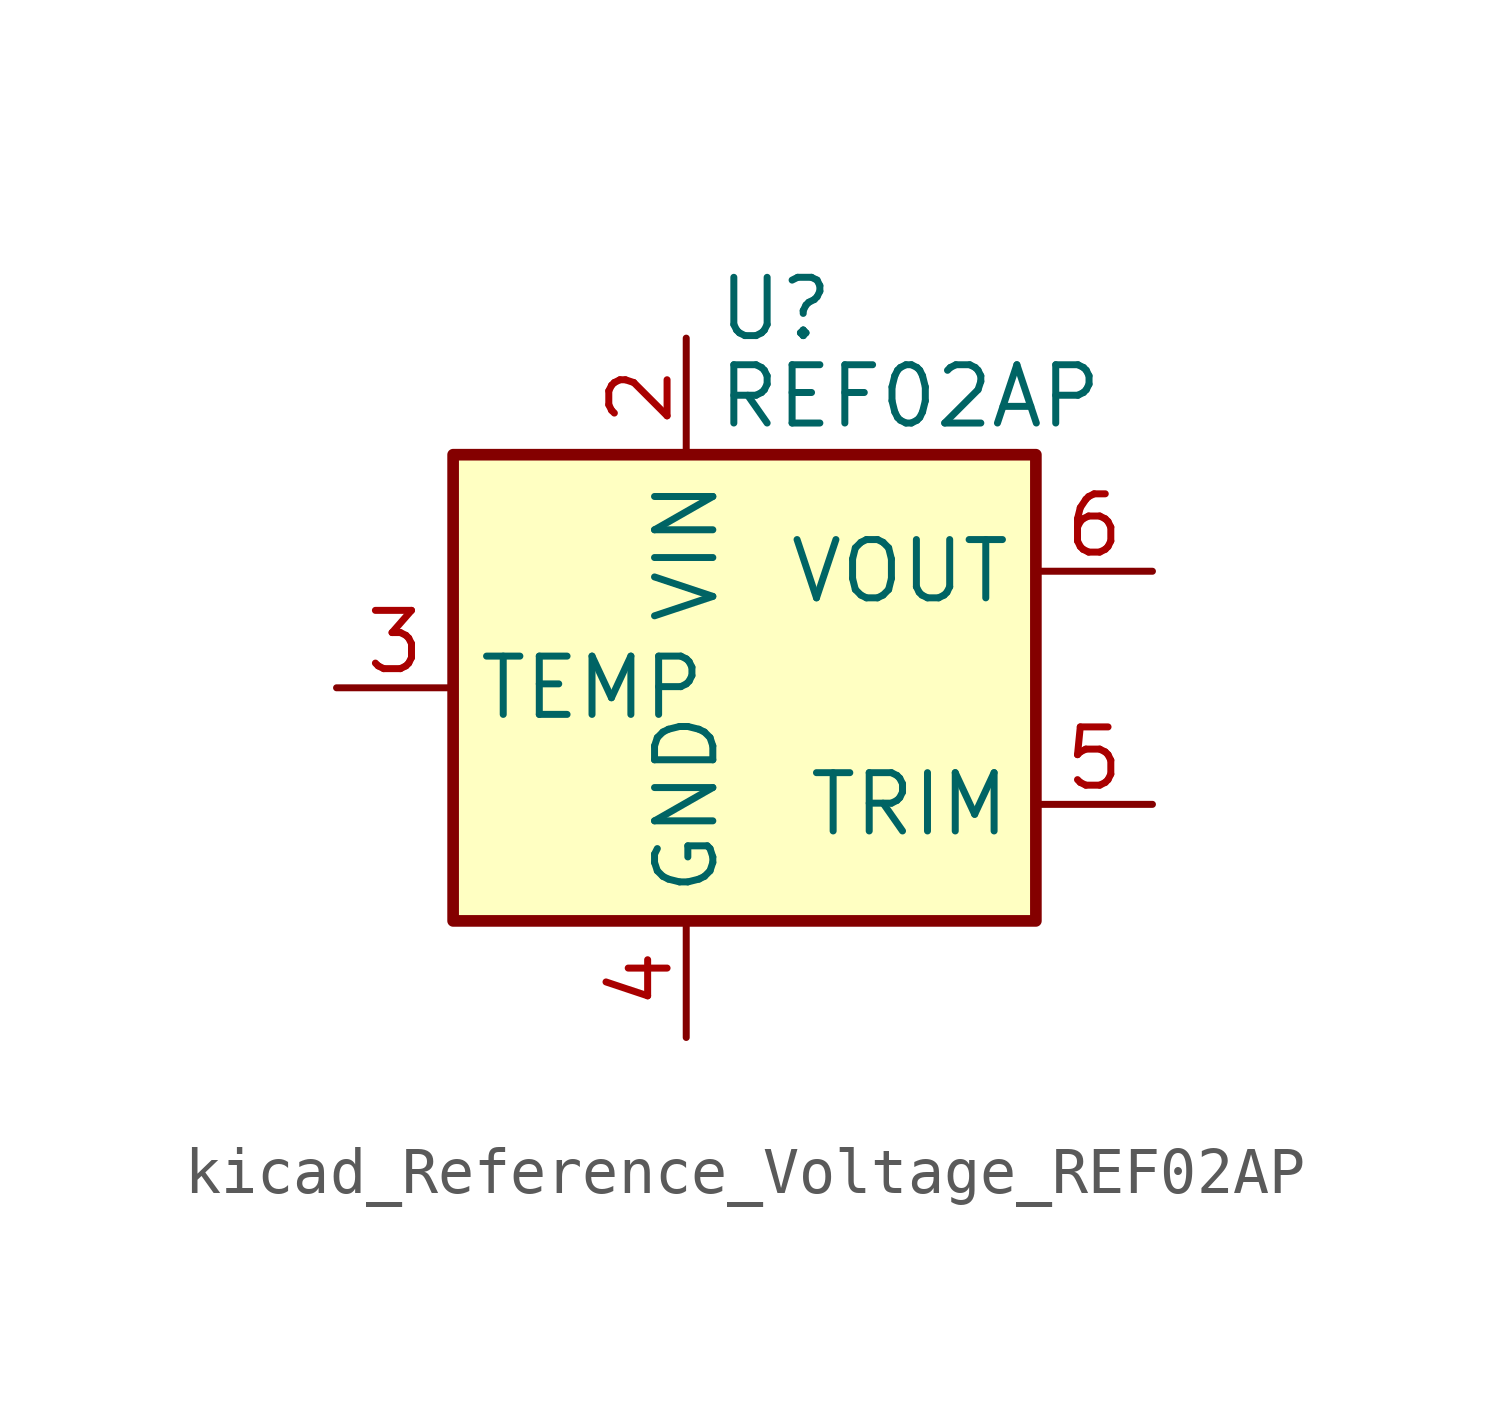
<source format=kicad_sym>
(kicad_symbol_lib
  (version 20220914)
  (generator kicad_symbol_editor)
  (symbol "kicad_Reference_Voltage_REF02AP"
    (property "Reference" "U"
      (at 0.635 8.255 0)
      (effects (font (size 1.27 1.27)) (justify left)))
    (property "Value" "REF02AP"
      (at 0.635 6.35 0)
      (effects (font (size 1.27 1.27)) (justify left)))
    (symbol "kicad_Reference_Voltage_REF02AP_0_1"
      (rectangle (start -5.08 5.08) (end 7.62 -5.08) (stroke (width 0.254) (type default)) (fill (type background))))
    (symbol "kicad_Reference_Voltage_REF02AP_1_1"
      (pin no_connect line (at 2.54 -5.08 90) (length 2.54) hide (name "NC" (effects (font (size 1.27 1.27)))) (number "1" (effects (font (size 1.27 1.27)))))
      (pin power_in line (at 0 7.62 270) (length 2.54) (name "VIN" (effects (font (size 1.27 1.27)))) (number "2" (effects (font (size 1.27 1.27)))))
      (pin passive line (at -7.62 0 0) (length 2.54) (name "TEMP" (effects (font (size 1.27 1.27)))) (number "3" (effects (font (size 1.27 1.27)))))
      (pin power_in line (at 0 -7.62 90) (length 2.54) (name "GND" (effects (font (size 1.27 1.27)))) (number "4" (effects (font (size 1.27 1.27)))))
      (pin passive line (at 10.16 -2.54 180) (length 2.54) (name "TRIM" (effects (font (size 1.27 1.27)))) (number "5" (effects (font (size 1.27 1.27)))))
      (pin power_out line (at 10.16 2.54 180) (length 2.54) (name "VOUT" (effects (font (size 1.27 1.27)))) (number "6" (effects (font (size 1.27 1.27)))))
      (pin no_connect line (at -2.54 -5.08 90) (length 2.54) hide (name "NC" (effects (font (size 1.27 1.27)))) (number "7" (effects (font (size 1.27 1.27)))))
      (pin no_connect line (at 7.62 0 180) (length 2.54) hide (name "NC" (effects (font (size 1.27 1.27)))) (number "8" (effects (font (size 1.27 1.27))))))))
</source>
